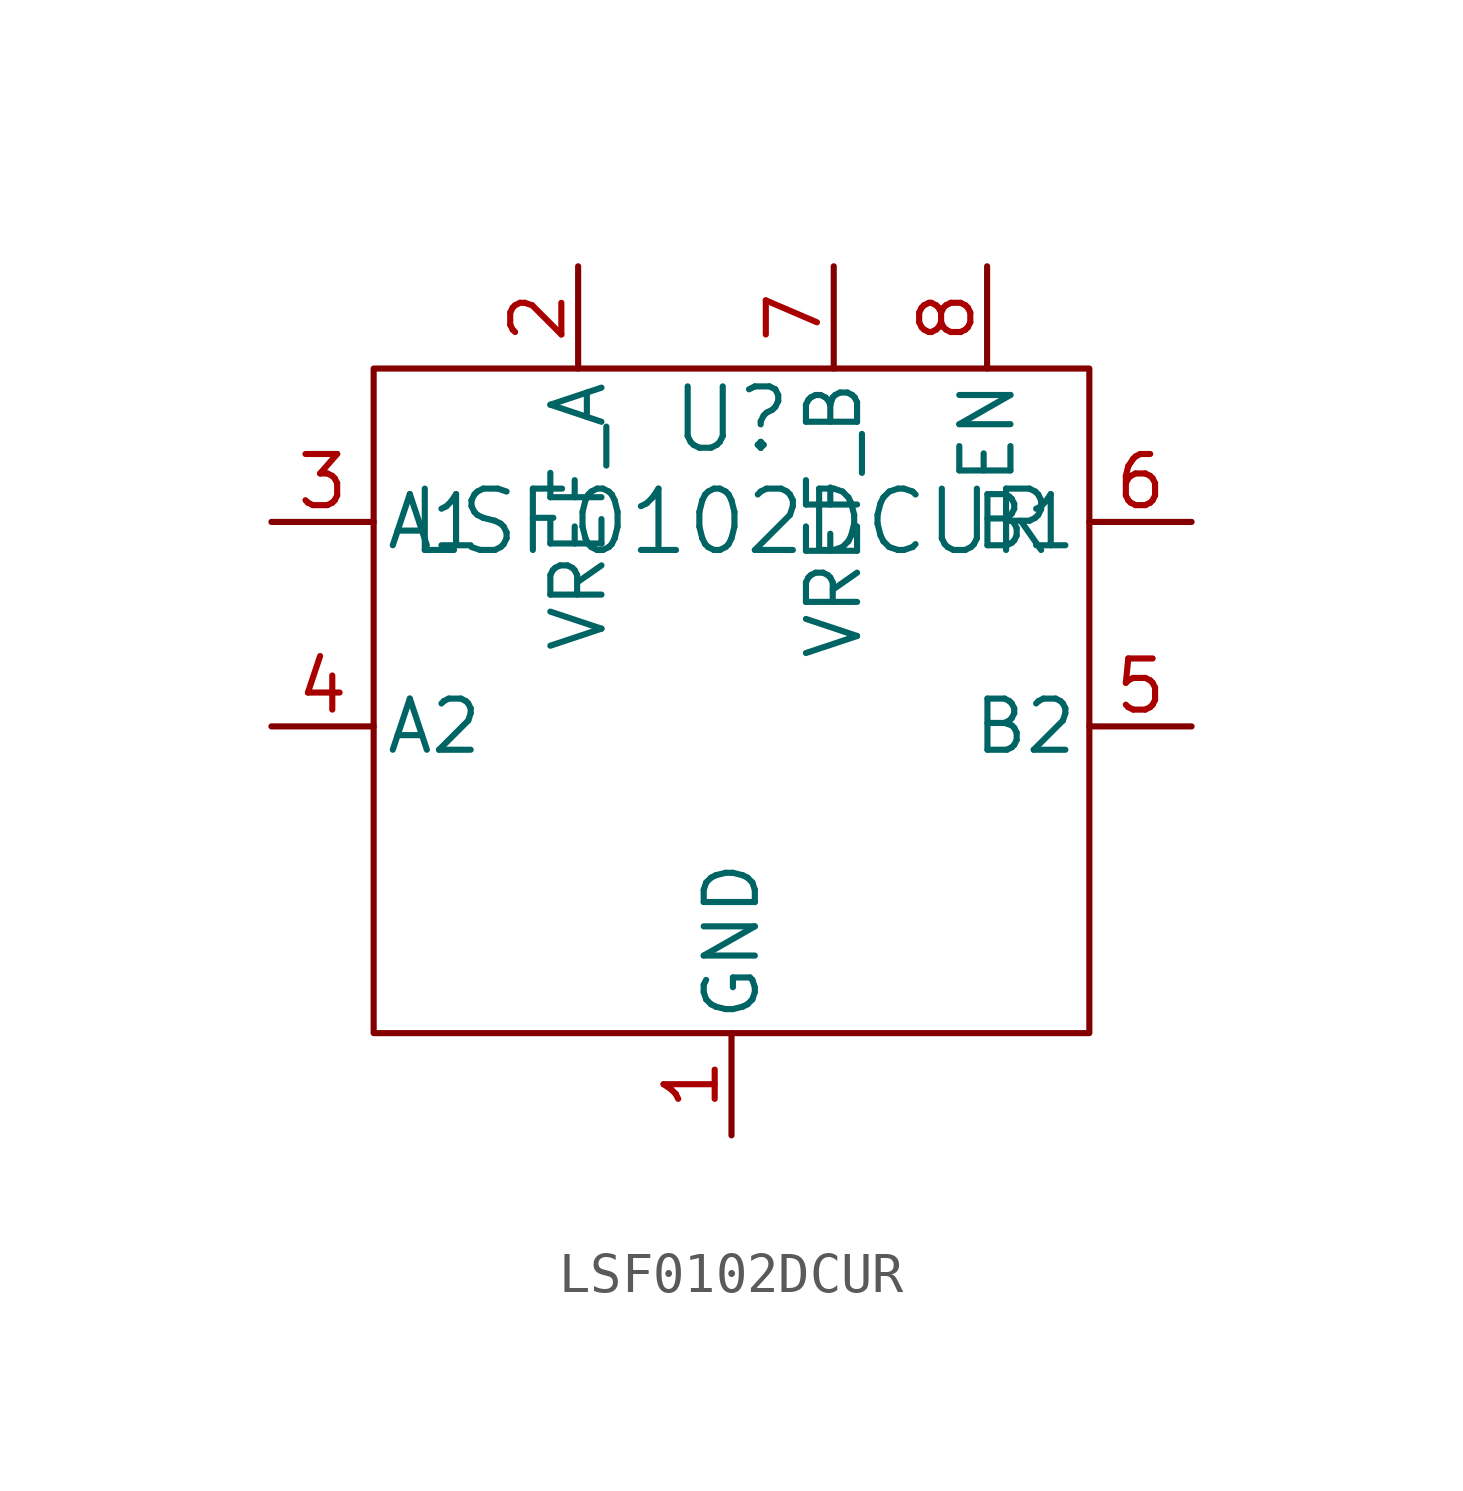
<source format=kicad_sym>
(kicad_symbol_lib
  (version 20231120)
  (generator "kicad_symbol_editor")
  (generator_version "8.0")
  (symbol "LSF0102DCUR"
    (pin_names
      (offset 0.254))
    (property "Reference" "U"
      (at 0 2.54 0)
      (effects (font (size 1.524 1.524))))
    (property "Value" "LSF0102DCUR"
      (at 0 0 0)
      (effects (font (size 1.524 1.524))))
    (symbol "LSF0102DCUR_0_1"
      (rectangle (start -8.89 3.81) (end 8.89 -12.7) (stroke (width 0) (type default)) (fill (type none)))
      (pin power_in line (at 0 -15.24 90) (length 2.54) (name "GND" (effects (font (size 1.27 1.27)))) (number "1" (effects (font (size 1.27 1.27)))))
      (pin power_in line (at -3.81 6.35 270) (length 2.54) (name "VREF_A" (effects (font (size 1.27 1.27)))) (number "2" (effects (font (size 1.27 1.27)))))
      (pin bidirectional line (at -11.43 0 0) (length 2.54) (name "A1" (effects (font (size 1.27 1.27)))) (number "3" (effects (font (size 1.27 1.27)))))
      (pin bidirectional line (at -11.43 -5.08 0) (length 2.54) (name "A2" (effects (font (size 1.27 1.27)))) (number "4" (effects (font (size 1.27 1.27)))))
      (pin bidirectional line (at 11.43 -5.08 180) (length 2.54) (name "B2" (effects (font (size 1.27 1.27)))) (number "5" (effects (font (size 1.27 1.27)))))
      (pin bidirectional line (at 11.43 0 180) (length 2.54) (name "B1" (effects (font (size 1.27 1.27)))) (number "6" (effects (font (size 1.27 1.27)))))
      (pin power_in line (at 2.54 6.35 270) (length 2.54) (name "VREF_B" (effects (font (size 1.27 1.27)))) (number "7" (effects (font (size 1.27 1.27)))))
      (pin input line (at 6.35 6.35 270) (length 2.54) (name "EN" (effects (font (size 1.27 1.27)))) (number "8" (effects (font (size 1.27 1.27))))))))
</source>
